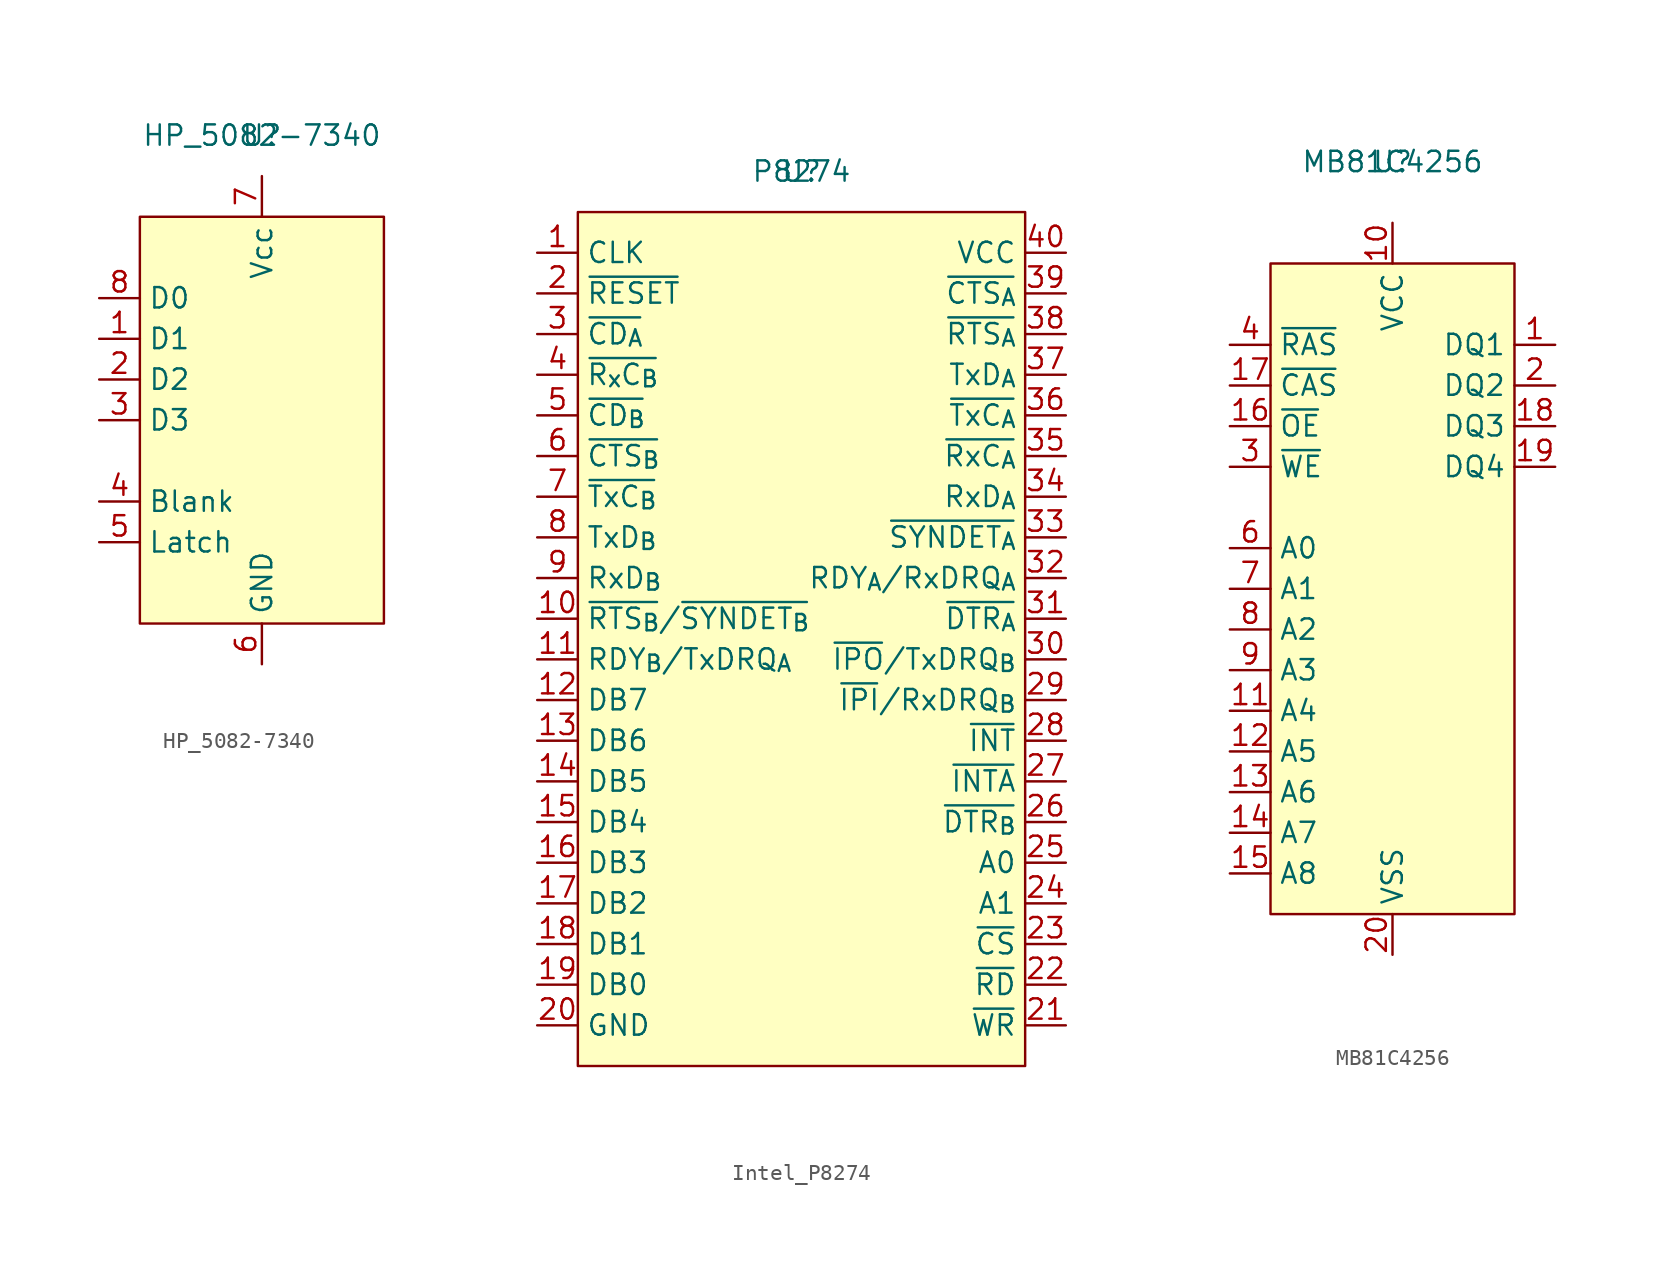
<source format=kicad_sym>
(kicad_symbol_lib
  (version 20220914)
  (generator kicad_symbol_editor)
  (symbol "HP_5082-7340"
    (property "Reference" "U"
      (at 0 0 0)
      (effects (font (size 1.27 1.27))))
    (property "Value" "HP_5082-7340"
      (at 0 0 0)
      (effects (font (size 1.27 1.27))))
    (symbol "HP_5082-7340_1_1"
      (rectangle (start -7.62 -5.08) (end 7.62 -30.48) (stroke (width 0) (type default)) (fill (type background)))
      (pin input line (at -10.16 -12.7 0) (length 2.54) (name "D1" (effects (font (size 1.27 1.27)))) (number "1" (effects (font (size 1.27 1.27)))))
      (pin input line (at -10.16 -15.24 0) (length 2.54) (name "D2" (effects (font (size 1.27 1.27)))) (number "2" (effects (font (size 1.27 1.27)))))
      (pin input line (at -10.16 -17.78 0) (length 2.54) (name "D3" (effects (font (size 1.27 1.27)))) (number "3" (effects (font (size 1.27 1.27)))))
      (pin input line (at -10.16 -22.86 0) (length 2.54) (name "Blank" (effects (font (size 1.27 1.27)))) (number "4" (effects (font (size 1.27 1.27)))))
      (pin input line (at -10.16 -25.4 0) (length 2.54) (name "Latch" (effects (font (size 1.27 1.27)))) (number "5" (effects (font (size 1.27 1.27)))))
      (pin power_in line (at 0 -33.02 90) (length 2.54) (name "GND" (effects (font (size 1.27 1.27)))) (number "6" (effects (font (size 1.27 1.27)))))
      (pin power_in line (at 0 -2.54 270) (length 2.54) (name "Vcc" (effects (font (size 1.27 1.27)))) (number "7" (effects (font (size 1.27 1.27)))))
      (pin input line (at -10.16 -10.16 0) (length 2.54) (name "D0" (effects (font (size 1.27 1.27)))) (number "8" (effects (font (size 1.27 1.27)))))))
  (symbol "Intel_P8274"
    (property "Reference" "U"
      (at 0 0 0)
      (effects (font (size 1.27 1.27))))
    (property "Value" "P8274"
      (at 0 0 0)
      (effects (font (size 1.27 1.27))))
    (symbol "Intel_P8274_1_1"
      (rectangle (start -13.97 -2.54) (end 13.97 -55.88) (stroke (width 0) (type default)) (fill (type background)))
      (pin input line (at -16.51 -5.08 0) (length 2.54) (name "CLK" (effects (font (size 1.27 1.27)))) (number "1" (effects (font (size 1.27 1.27)))))
      (pin bidirectional line (at -16.51 -27.94 0) (length 2.54) (name "~{RTS_{B}}/~{SYNDET_{B}}" (effects (font (size 1.27 1.27)))) (number "10" (effects (font (size 1.27 1.27)))))
      (pin output line (at -16.51 -30.48 0) (length 2.54) (name "RDY_{B}/TxDRQ_{A}" (effects (font (size 1.27 1.27)))) (number "11" (effects (font (size 1.27 1.27)))))
      (pin bidirectional line (at -16.51 -33.02 0) (length 2.54) (name "DB7" (effects (font (size 1.27 1.27)))) (number "12" (effects (font (size 1.27 1.27)))))
      (pin bidirectional line (at -16.51 -35.56 0) (length 2.54) (name "DB6" (effects (font (size 1.27 1.27)))) (number "13" (effects (font (size 1.27 1.27)))))
      (pin bidirectional line (at -16.51 -38.1 0) (length 2.54) (name "DB5" (effects (font (size 1.27 1.27)))) (number "14" (effects (font (size 1.27 1.27)))))
      (pin bidirectional line (at -16.51 -40.64 0) (length 2.54) (name "DB4" (effects (font (size 1.27 1.27)))) (number "15" (effects (font (size 1.27 1.27)))))
      (pin bidirectional line (at -16.51 -43.18 0) (length 2.54) (name "DB3" (effects (font (size 1.27 1.27)))) (number "16" (effects (font (size 1.27 1.27)))))
      (pin bidirectional line (at -16.51 -45.72 0) (length 2.54) (name "DB2" (effects (font (size 1.27 1.27)))) (number "17" (effects (font (size 1.27 1.27)))))
      (pin bidirectional line (at -16.51 -48.26 0) (length 2.54) (name "DB1" (effects (font (size 1.27 1.27)))) (number "18" (effects (font (size 1.27 1.27)))))
      (pin bidirectional line (at -16.51 -50.8 0) (length 2.54) (name "DB0" (effects (font (size 1.27 1.27)))) (number "19" (effects (font (size 1.27 1.27)))))
      (pin input line (at -16.51 -7.62 0) (length 2.54) (name "~{RESET}" (effects (font (size 1.27 1.27)))) (number "2" (effects (font (size 1.27 1.27)))))
      (pin power_in line (at -16.51 -53.34 0) (length 2.54) (name "GND" (effects (font (size 1.27 1.27)))) (number "20" (effects (font (size 1.27 1.27)))))
      (pin input line (at 16.51 -53.34 180) (length 2.54) (name "~{WR}" (effects (font (size 1.27 1.27)))) (number "21" (effects (font (size 1.27 1.27)))))
      (pin input line (at 16.51 -50.8 180) (length 2.54) (name "~{RD}" (effects (font (size 1.27 1.27)))) (number "22" (effects (font (size 1.27 1.27)))))
      (pin input line (at 16.51 -48.26 180) (length 2.54) (name "~{CS}" (effects (font (size 1.27 1.27)))) (number "23" (effects (font (size 1.27 1.27)))))
      (pin input line (at 16.51 -45.72 180) (length 2.54) (name "A1" (effects (font (size 1.27 1.27)))) (number "24" (effects (font (size 1.27 1.27)))))
      (pin input line (at 16.51 -43.18 180) (length 2.54) (name "A0" (effects (font (size 1.27 1.27)))) (number "25" (effects (font (size 1.27 1.27)))))
      (pin output line (at 16.51 -40.64 180) (length 2.54) (name "~{DTR_{B}}" (effects (font (size 1.27 1.27)))) (number "26" (effects (font (size 1.27 1.27)))))
      (pin input line (at 16.51 -38.1 180) (length 2.54) (name "~{INTA}" (effects (font (size 1.27 1.27)))) (number "27" (effects (font (size 1.27 1.27)))))
      (pin output line (at 16.51 -35.56 180) (length 2.54) (name "~{INT}" (effects (font (size 1.27 1.27)))) (number "28" (effects (font (size 1.27 1.27)))))
      (pin bidirectional line (at 16.51 -33.02 180) (length 2.54) (name "~{IPI}/RxDRQ_{B}" (effects (font (size 1.27 1.27)))) (number "29" (effects (font (size 1.27 1.27)))))
      (pin input line (at -16.51 -10.16 0) (length 2.54) (name "~{CD_{A}}" (effects (font (size 1.27 1.27)))) (number "3" (effects (font (size 1.27 1.27)))))
      (pin output line (at 16.51 -30.48 180) (length 2.54) (name "~{IPO}/TxDRQ_{B}" (effects (font (size 1.27 1.27)))) (number "30" (effects (font (size 1.27 1.27)))))
      (pin output line (at 16.51 -27.94 180) (length 2.54) (name "~{DTR_{A}}" (effects (font (size 1.27 1.27)))) (number "31" (effects (font (size 1.27 1.27)))))
      (pin output line (at 16.51 -25.4 180) (length 2.54) (name "RDY_{A}/RxDRQ_{A}" (effects (font (size 1.27 1.27)))) (number "32" (effects (font (size 1.27 1.27)))))
      (pin bidirectional line (at 16.51 -22.86 180) (length 2.54) (name "~{SYNDET_{A}}" (effects (font (size 1.27 1.27)))) (number "33" (effects (font (size 1.27 1.27)))))
      (pin input line (at 16.51 -20.32 180) (length 2.54) (name "RxD_{A}" (effects (font (size 1.27 1.27)))) (number "34" (effects (font (size 1.27 1.27)))))
      (pin input line (at 16.51 -17.78 180) (length 2.54) (name "~{RxC_{A}}" (effects (font (size 1.27 1.27)))) (number "35" (effects (font (size 1.27 1.27)))))
      (pin input line (at 16.51 -15.24 180) (length 2.54) (name "~{TxC_{A}}" (effects (font (size 1.27 1.27)))) (number "36" (effects (font (size 1.27 1.27)))))
      (pin output line (at 16.51 -12.7 180) (length 2.54) (name "TxD_{A}" (effects (font (size 1.27 1.27)))) (number "37" (effects (font (size 1.27 1.27)))))
      (pin output line (at 16.51 -10.16 180) (length 2.54) (name "~{RTS_{A}}" (effects (font (size 1.27 1.27)))) (number "38" (effects (font (size 1.27 1.27)))))
      (pin input line (at 16.51 -7.62 180) (length 2.54) (name "~{CTS_{A}}" (effects (font (size 1.27 1.27)))) (number "39" (effects (font (size 1.27 1.27)))))
      (pin input line (at -16.51 -12.7 0) (length 2.54) (name "~{R_{x}C_{B}}" (effects (font (size 1.27 1.27)))) (number "4" (effects (font (size 1.27 1.27)))))
      (pin power_in line (at 16.51 -5.08 180) (length 2.54) (name "VCC" (effects (font (size 1.27 1.27)))) (number "40" (effects (font (size 1.27 1.27)))))
      (pin input line (at -16.51 -15.24 0) (length 2.54) (name "~{CD_{B}}" (effects (font (size 1.27 1.27)))) (number "5" (effects (font (size 1.27 1.27)))))
      (pin input line (at -16.51 -17.78 0) (length 2.54) (name "~{CTS_{B}}" (effects (font (size 1.27 1.27)))) (number "6" (effects (font (size 1.27 1.27)))))
      (pin input line (at -16.51 -20.32 0) (length 2.54) (name "~{TxC_{B}}" (effects (font (size 1.27 1.27)))) (number "7" (effects (font (size 1.27 1.27)))))
      (pin output line (at -16.51 -22.86 0) (length 2.54) (name "TxD_{B}" (effects (font (size 1.27 1.27)))) (number "8" (effects (font (size 1.27 1.27)))))
      (pin input line (at -16.51 -25.4 0) (length 2.54) (name "RxD_{B}" (effects (font (size 1.27 1.27)))) (number "9" (effects (font (size 1.27 1.27)))))))
  (symbol "MB81C4256"
    (property "Reference" "U"
      (at 0 0 0)
      (effects (font (size 1.27 1.27))))
    (property "Value" "MB81C4256"
      (at 0 0 0)
      (effects (font (size 1.27 1.27))))
    (symbol "MB81C4256_1_1"
      (rectangle (start -7.62 -6.35) (end 7.62 -46.99) (stroke (width 0) (type default)) (fill (type background)))
      (pin bidirectional line (at 10.16 -11.43 180) (length 2.54) (name "DQ1" (effects (font (size 1.27 1.27)))) (number "1" (effects (font (size 1.27 1.27)))))
      (pin power_in line (at 0 -3.81 270) (length 2.54) (name "VCC" (effects (font (size 1.27 1.27)))) (number "10" (effects (font (size 1.27 1.27)))))
      (pin input line (at -10.16 -34.29 0) (length 2.54) (name "A4" (effects (font (size 1.27 1.27)))) (number "11" (effects (font (size 1.27 1.27)))))
      (pin input line (at -10.16 -36.83 0) (length 2.54) (name "A5" (effects (font (size 1.27 1.27)))) (number "12" (effects (font (size 1.27 1.27)))))
      (pin input line (at -10.16 -39.37 0) (length 2.54) (name "A6" (effects (font (size 1.27 1.27)))) (number "13" (effects (font (size 1.27 1.27)))))
      (pin input line (at -10.16 -41.91 0) (length 2.54) (name "A7" (effects (font (size 1.27 1.27)))) (number "14" (effects (font (size 1.27 1.27)))))
      (pin input line (at -10.16 -44.45 0) (length 2.54) (name "A8" (effects (font (size 1.27 1.27)))) (number "15" (effects (font (size 1.27 1.27)))))
      (pin input line (at -10.16 -16.51 0) (length 2.54) (name "~{OE}" (effects (font (size 1.27 1.27)))) (number "16" (effects (font (size 1.27 1.27)))))
      (pin input line (at -10.16 -13.97 0) (length 2.54) (name "~{CAS}" (effects (font (size 1.27 1.27)))) (number "17" (effects (font (size 1.27 1.27)))))
      (pin bidirectional line (at 10.16 -16.51 180) (length 2.54) (name "DQ3" (effects (font (size 1.27 1.27)))) (number "18" (effects (font (size 1.27 1.27)))))
      (pin bidirectional line (at 10.16 -19.05 180) (length 2.54) (name "DQ4" (effects (font (size 1.27 1.27)))) (number "19" (effects (font (size 1.27 1.27)))))
      (pin bidirectional line (at 10.16 -13.97 180) (length 2.54) (name "DQ2" (effects (font (size 1.27 1.27)))) (number "2" (effects (font (size 1.27 1.27)))))
      (pin power_in line (at 0 -49.53 90) (length 2.54) (name "VSS" (effects (font (size 1.27 1.27)))) (number "20" (effects (font (size 1.27 1.27)))))
      (pin input line (at -10.16 -19.05 0) (length 2.54) (name "~{WE}" (effects (font (size 1.27 1.27)))) (number "3" (effects (font (size 1.27 1.27)))))
      (pin input line (at -10.16 -11.43 0) (length 2.54) (name "~{RAS}" (effects (font (size 1.27 1.27)))) (number "4" (effects (font (size 1.27 1.27)))))
      (pin input line (at -10.16 -24.13 0) (length 2.54) (name "A0" (effects (font (size 1.27 1.27)))) (number "6" (effects (font (size 1.27 1.27)))))
      (pin input line (at -10.16 -26.67 0) (length 2.54) (name "A1" (effects (font (size 1.27 1.27)))) (number "7" (effects (font (size 1.27 1.27)))))
      (pin input line (at -10.16 -29.21 0) (length 2.54) (name "A2" (effects (font (size 1.27 1.27)))) (number "8" (effects (font (size 1.27 1.27)))))
      (pin input line (at -10.16 -31.75 0) (length 2.54) (name "A3" (effects (font (size 1.27 1.27)))) (number "9" (effects (font (size 1.27 1.27))))))))
</source>
